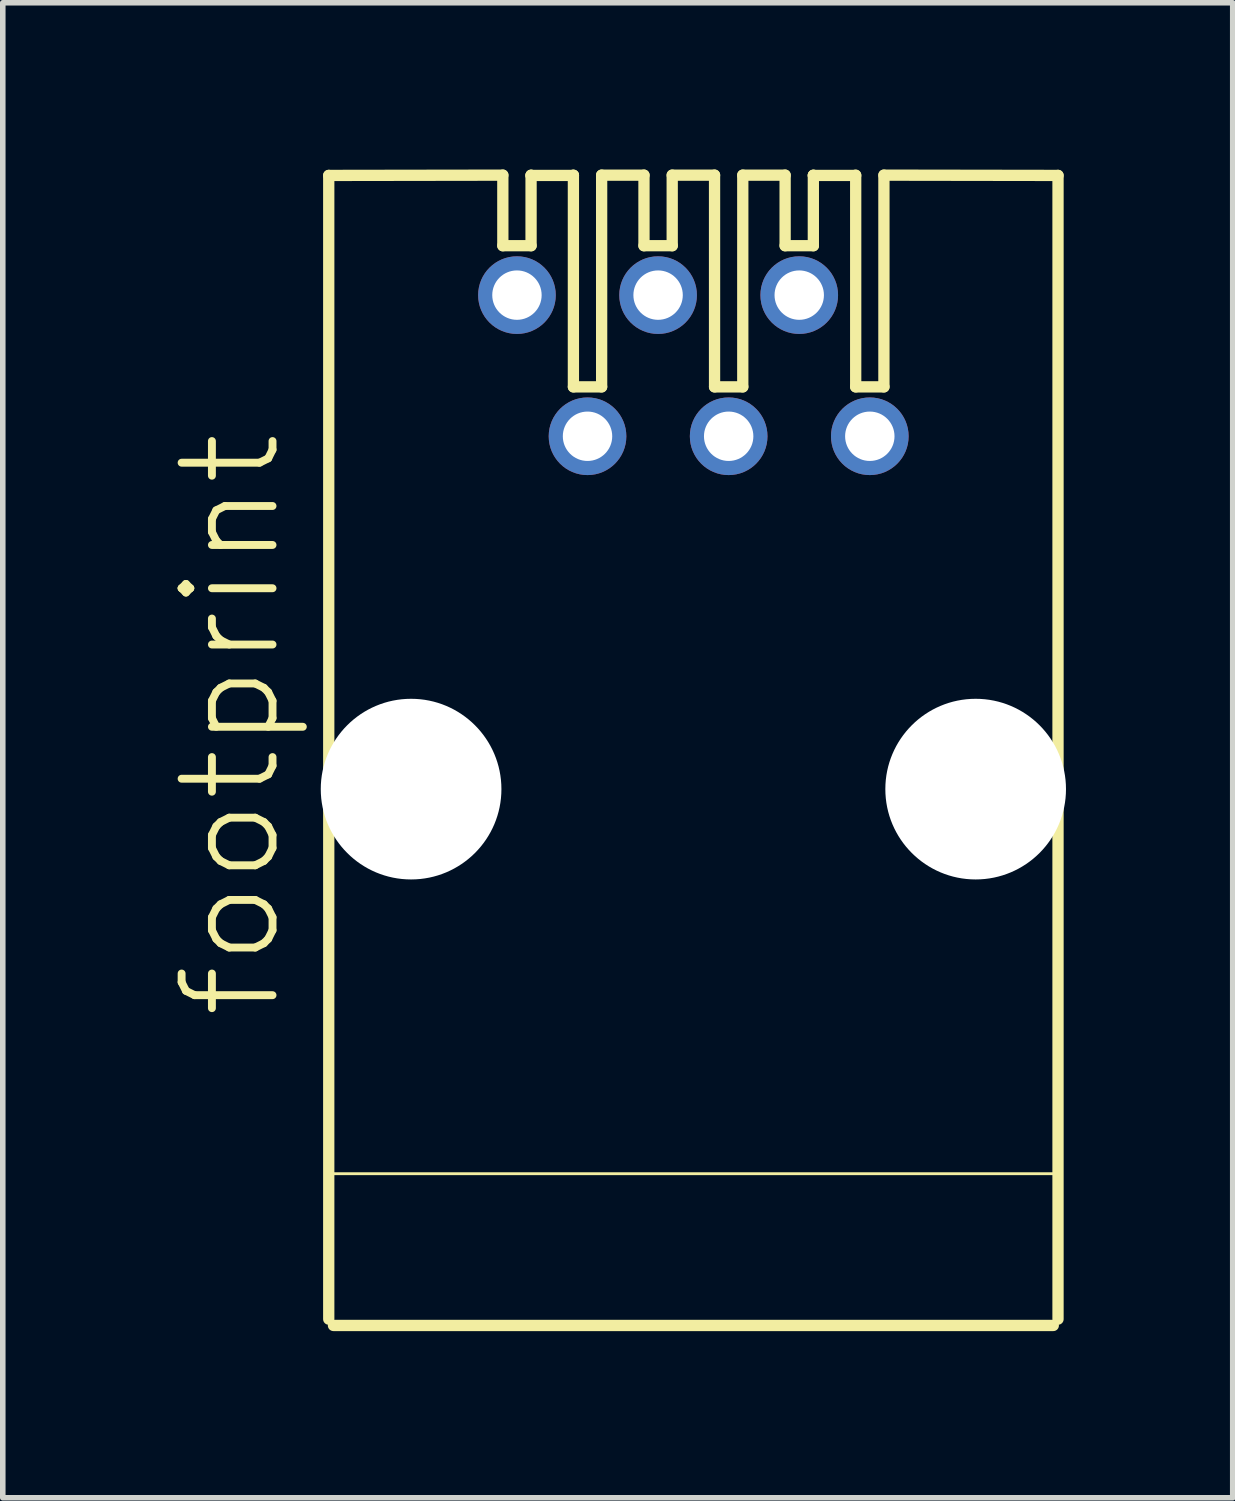
<source format=kicad_pcb>
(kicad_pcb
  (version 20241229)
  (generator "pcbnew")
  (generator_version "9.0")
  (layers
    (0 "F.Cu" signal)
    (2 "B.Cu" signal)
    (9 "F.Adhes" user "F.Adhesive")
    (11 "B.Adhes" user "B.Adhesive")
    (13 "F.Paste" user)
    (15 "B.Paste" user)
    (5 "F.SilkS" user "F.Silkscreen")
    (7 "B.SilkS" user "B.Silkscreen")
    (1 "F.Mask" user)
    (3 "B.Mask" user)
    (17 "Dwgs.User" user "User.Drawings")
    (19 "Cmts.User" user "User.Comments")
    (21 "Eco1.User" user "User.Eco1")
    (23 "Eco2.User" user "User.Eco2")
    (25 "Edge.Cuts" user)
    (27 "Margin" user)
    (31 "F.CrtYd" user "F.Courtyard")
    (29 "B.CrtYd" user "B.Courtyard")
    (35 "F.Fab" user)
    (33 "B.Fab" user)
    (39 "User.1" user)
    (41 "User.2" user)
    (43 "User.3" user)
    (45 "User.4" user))
  (footprint "footprint"
    (layer "F.Cu")
    (at 9.428 11.151)
    (property "Reference" "footprint" (at -7.366 4.191 90) (layer "F.SilkS") (effects (font (size 1.636 1.636) (thickness 0.142)) (justify left bottom)))
    (fp_line (start -6.562 -11.044) (end -3.429 -11.049) (stroke (width 0.203) (type solid)) (layer "F.SilkS"))
    (fp_line (start -6.562 9.538) (end -6.562 -11.044) (stroke (width 0.203) (type solid)) (layer "F.SilkS"))
    (fp_line (start -3.429 -11.049) (end -3.429 -9.779) (stroke (width 0.203) (type solid)) (layer "F.SilkS"))
    (fp_line (start -3.429 -9.779) (end -2.921 -9.779) (stroke (width 0.203) (type solid)) (layer "F.SilkS"))
    (fp_line (start -2.921 -11.049) (end -2.921 -11.044) (stroke (width 0.203) (type solid)) (layer "F.SilkS"))
    (fp_line (start -2.921 -11.044) (end -2.921 -9.779) (stroke (width 0.203) (type solid)) (layer "F.SilkS"))
    (fp_line (start -2.921 -11.044) (end -2.159 -11.044) (stroke (width 0.203) (type solid)) (layer "F.SilkS"))
    (fp_line (start -2.159 -11.049) (end -2.159 -11.044) (stroke (width 0.203) (type solid)) (layer "F.SilkS"))
    (fp_line (start -2.159 -11.044) (end -2.159 -7.239) (stroke (width 0.203) (type solid)) (layer "F.SilkS"))
    (fp_line (start -2.159 -7.239) (end -1.651 -7.239) (stroke (width 0.203) (type solid)) (layer "F.SilkS"))
    (fp_line (start -1.651 -11.049) (end -1.651 -7.239) (stroke (width 0.203) (type solid)) (layer "F.SilkS"))
    (fp_line (start -1.651 -11.049) (end -0.889 -11.049) (stroke (width 0.203) (type solid)) (layer "F.SilkS"))
    (fp_line (start -0.889 -11.049) (end -0.889 -9.779) (stroke (width 0.203) (type solid)) (layer "F.SilkS"))
    (fp_line (start -0.889 -9.779) (end -0.381 -9.779) (stroke (width 0.203) (type solid)) (layer "F.SilkS"))
    (fp_line (start -0.381 -11.049) (end -0.381 -9.779) (stroke (width 0.203) (type solid)) (layer "F.SilkS"))
    (fp_line (start -0.381 -11.049) (end 0.381 -11.049) (stroke (width 0.203) (type solid)) (layer "F.SilkS"))
    (fp_line (start 0.381 -11.049) (end 0.381 -7.239) (stroke (width 0.203) (type solid)) (layer "F.SilkS"))
    (fp_line (start 0.381 -7.239) (end 0.889 -7.239) (stroke (width 0.203) (type solid)) (layer "F.SilkS"))
    (fp_line (start 0.889 -11.049) (end 0.889 -7.239) (stroke (width 0.203) (type solid)) (layer "F.SilkS"))
    (fp_line (start 0.889 -11.049) (end 1.651 -11.049) (stroke (width 0.203) (type solid)) (layer "F.SilkS"))
    (fp_line (start 1.651 -11.049) (end 1.651 -9.779) (stroke (width 0.203) (type solid)) (layer "F.SilkS"))
    (fp_line (start 1.651 -9.779) (end 2.159 -9.779) (stroke (width 0.203) (type solid)) (layer "F.SilkS"))
    (fp_line (start 2.159 -11.049) (end 2.159 -11.044) (stroke (width 0.203) (type solid)) (layer "F.SilkS"))
    (fp_line (start 2.159 -11.044) (end 2.159 -9.779) (stroke (width 0.203) (type solid)) (layer "F.SilkS"))
    (fp_line (start 2.159 -11.044) (end 2.921 -11.044) (stroke (width 0.203) (type solid)) (layer "F.SilkS"))
    (fp_line (start 2.921 -11.049) (end 2.921 -7.239) (stroke (width 0.203) (type solid)) (layer "F.SilkS"))
    (fp_line (start 2.921 -7.239) (end 3.429 -7.239) (stroke (width 0.203) (type solid)) (layer "F.SilkS"))
    (fp_line (start 3.429 -11.049) (end 3.429 -7.239) (stroke (width 0.203) (type solid)) (layer "F.SilkS"))
    (fp_line (start 3.429 -11.049) (end 6.562 -11.044) (stroke (width 0.203) (type solid)) (layer "F.SilkS"))
    (fp_line (start 6.477 9.652) (end -6.477 9.652) (stroke (width 0.203) (type solid)) (layer "F.SilkS"))
    (fp_line (start 6.54 6.921) (end -6.54 6.921) (stroke (width 0.051) (type solid)) (layer "F.SilkS"))
    (fp_line (start 6.562 -11.044) (end 6.562 9.538) (stroke (width 0.203) (type solid)) (layer "F.SilkS"))
    (pad "" np_thru_hole circle (at -5.08 0) (size 3.251 3.251) (drill 3.251) (layers "*.Cu" "*.Mask"))
    (pad "" np_thru_hole circle (at 5.08 0) (size 3.251 3.251) (drill 3.251) (layers "*.Cu" "*.Mask"))
    (pad "1" thru_hole circle (at -3.175 -8.89) (size 1.397 1.397) (drill 0.889) (layers "*.Cu" "*.Mask"))
    (pad "2" thru_hole circle (at -1.905 -6.35) (size 1.397 1.397) (drill 0.889) (layers "*.Cu" "*.Mask"))
    (pad "3" thru_hole circle (at -0.635 -8.89) (size 1.397 1.397) (drill 0.889) (layers "*.Cu" "*.Mask"))
    (pad "4" thru_hole circle (at 0.635 -6.35) (size 1.397 1.397) (drill 0.889) (layers "*.Cu" "*.Mask"))
    (pad "5" thru_hole circle (at 1.905 -8.89) (size 1.397 1.397) (drill 0.889) (layers "*.Cu" "*.Mask"))
    (pad "6" thru_hole circle (at 3.175 -6.35) (size 1.397 1.397) (drill 0.889) (layers "*.Cu" "*.Mask")))
  (gr_rect
    (start -3 -3)
    (end 19.134 23.904)
    (stroke (width 0.1) (type default))
    (fill no)
    (layer "Edge.Cuts")))
</source>
